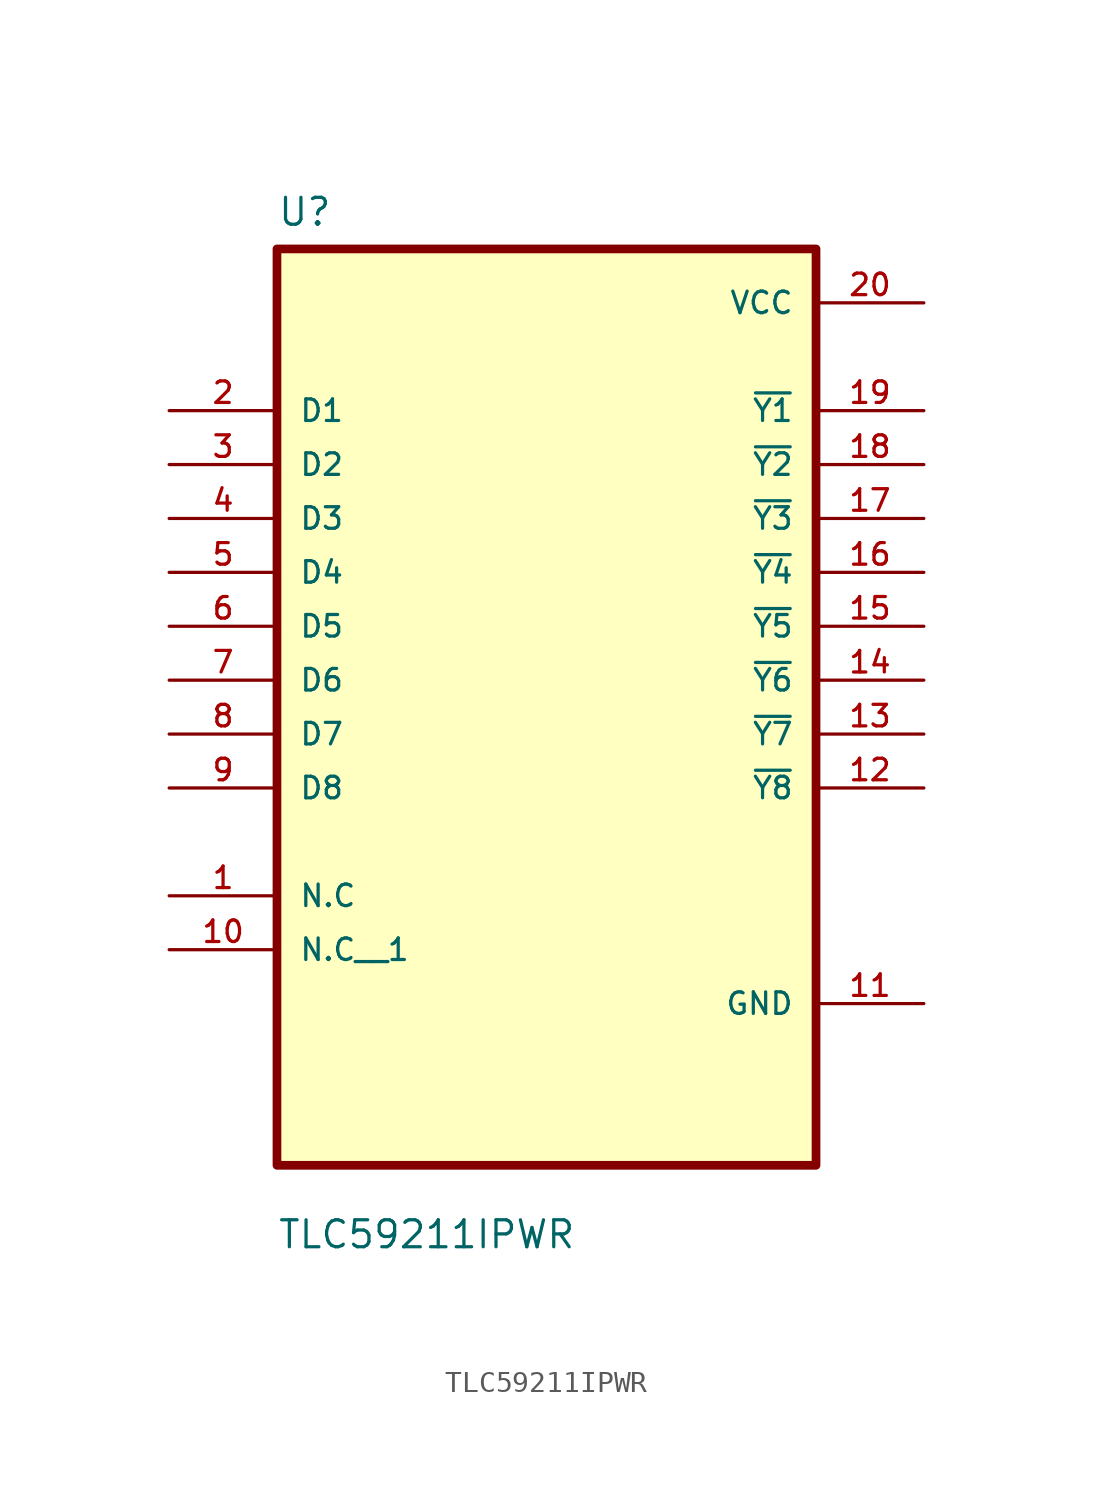
<source format=kicad_sym>
(kicad_symbol_lib
  (version 20211014)
  (generator kicad_symbol_editor)
  (symbol "TLC59211IPWR"
    (pin_names
      (offset 1.016))
    (property "Reference" "U"
      (at -12.7 21.32 0.0)
      (effects (font (size 1.27 1.27)) (justify bottom left)))
    (property "Value" "TLC59211IPWR"
      (at -12.7 -26.86 0.0)
      (effects (font (size 1.27 1.27)) (justify bottom left)))
    (symbol "TLC59211IPWR_0_0"
      (rectangle (start -12.7 -22.86) (end 12.7 20.32) (stroke (width 0.41)) (fill (type background)))
      (pin input line (at -17.78 12.7 0) (length 5.08) (name "D1" (effects (font (size 1.016 1.016)))) (number "2" (effects (font (size 1.016 1.016)))))
      (pin input line (at -17.78 10.16 0) (length 5.08) (name "D2" (effects (font (size 1.016 1.016)))) (number "3" (effects (font (size 1.016 1.016)))))
      (pin input line (at -17.78 7.62 0) (length 5.08) (name "D3" (effects (font (size 1.016 1.016)))) (number "4" (effects (font (size 1.016 1.016)))))
      (pin input line (at -17.78 5.08 0) (length 5.08) (name "D4" (effects (font (size 1.016 1.016)))) (number "5" (effects (font (size 1.016 1.016)))))
      (pin input line (at -17.78 2.54 0) (length 5.08) (name "D5" (effects (font (size 1.016 1.016)))) (number "6" (effects (font (size 1.016 1.016)))))
      (pin input line (at -17.78 0.0 0) (length 5.08) (name "D6" (effects (font (size 1.016 1.016)))) (number "7" (effects (font (size 1.016 1.016)))))
      (pin input line (at -17.78 -2.54 0) (length 5.08) (name "D7" (effects (font (size 1.016 1.016)))) (number "8" (effects (font (size 1.016 1.016)))))
      (pin input line (at -17.78 -5.08 0) (length 5.08) (name "D8" (effects (font (size 1.016 1.016)))) (number "9" (effects (font (size 1.016 1.016)))))
      (pin bidirectional line (at -17.78 -10.16 0) (length 5.08) (name "N.C" (effects (font (size 1.016 1.016)))) (number "1" (effects (font (size 1.016 1.016)))))
      (pin power_in line (at 17.78 17.78 180.0) (length 5.08) (name "VCC" (effects (font (size 1.016 1.016)))) (number "20" (effects (font (size 1.016 1.016)))))
      (pin output line (at 17.78 12.7 180.0) (length 5.08) (name "~{Y1}" (effects (font (size 1.016 1.016)))) (number "19" (effects (font (size 1.016 1.016)))))
      (pin output line (at 17.78 10.16 180.0) (length 5.08) (name "~{Y2}" (effects (font (size 1.016 1.016)))) (number "18" (effects (font (size 1.016 1.016)))))
      (pin output line (at 17.78 7.62 180.0) (length 5.08) (name "~{Y3}" (effects (font (size 1.016 1.016)))) (number "17" (effects (font (size 1.016 1.016)))))
      (pin output line (at 17.78 5.08 180.0) (length 5.08) (name "~{Y4}" (effects (font (size 1.016 1.016)))) (number "16" (effects (font (size 1.016 1.016)))))
      (pin output line (at 17.78 2.54 180.0) (length 5.08) (name "~{Y5}" (effects (font (size 1.016 1.016)))) (number "15" (effects (font (size 1.016 1.016)))))
      (pin output line (at 17.78 0.0 180.0) (length 5.08) (name "~{Y6}" (effects (font (size 1.016 1.016)))) (number "14" (effects (font (size 1.016 1.016)))))
      (pin output line (at 17.78 -2.54 180.0) (length 5.08) (name "~{Y7}" (effects (font (size 1.016 1.016)))) (number "13" (effects (font (size 1.016 1.016)))))
      (pin output line (at 17.78 -5.08 180.0) (length 5.08) (name "~{Y8}" (effects (font (size 1.016 1.016)))) (number "12" (effects (font (size 1.016 1.016)))))
      (pin power_in line (at 17.78 -15.24 180.0) (length 5.08) (name "GND" (effects (font (size 1.016 1.016)))) (number "11" (effects (font (size 1.016 1.016)))))
      (pin bidirectional line (at -17.78 -12.7 0) (length 5.08) (name "N.C__1" (effects (font (size 1.016 1.016)))) (number "10" (effects (font (size 1.016 1.016))))))))
</source>
